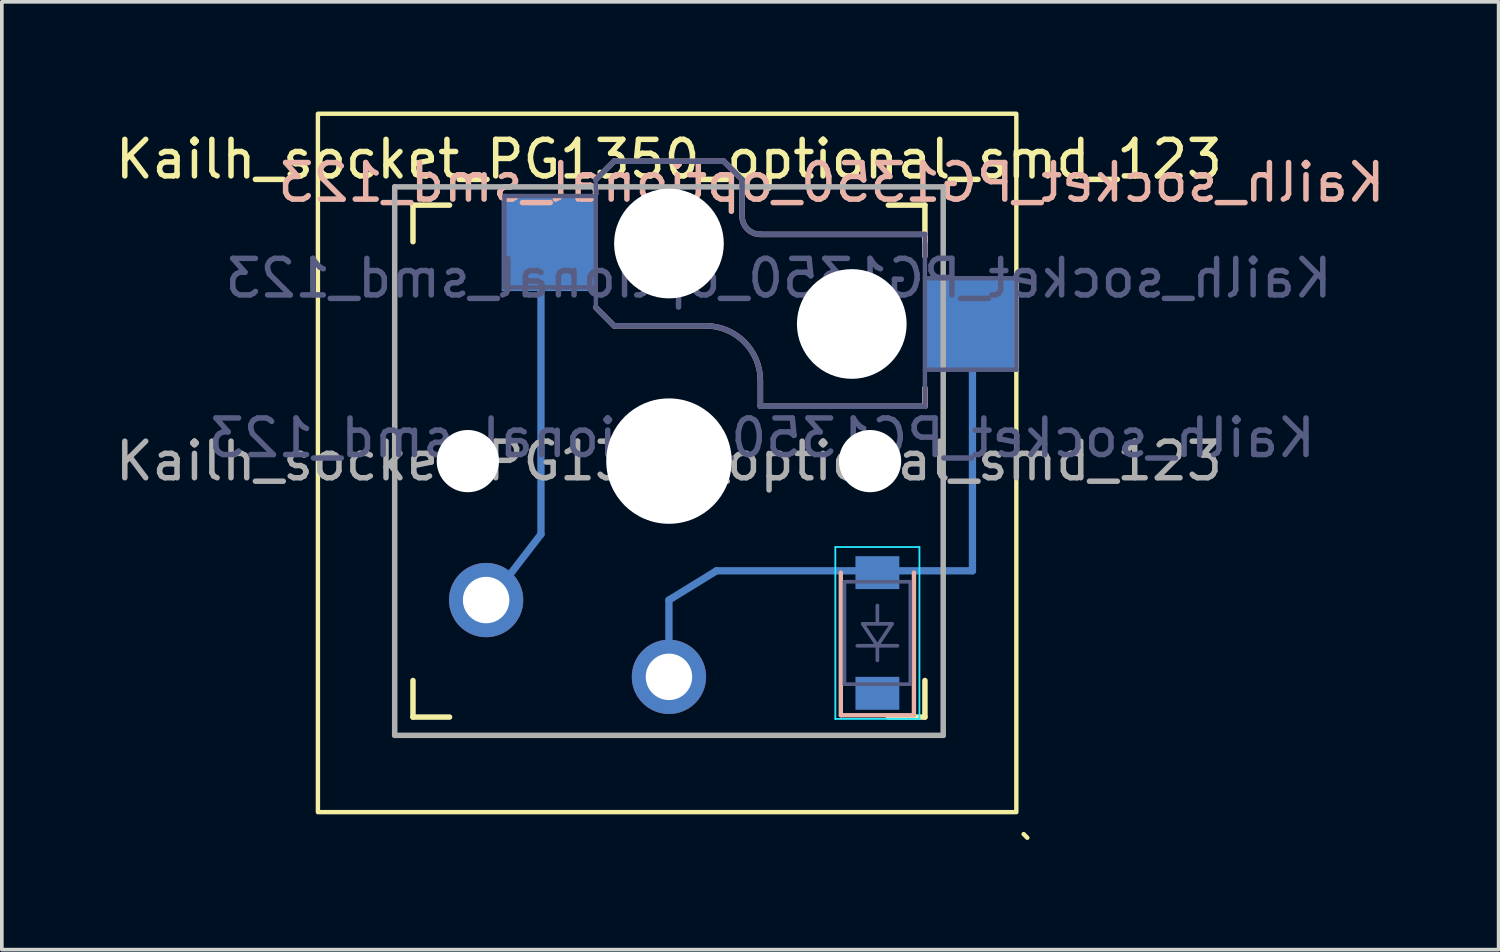
<source format=kicad_pcb>
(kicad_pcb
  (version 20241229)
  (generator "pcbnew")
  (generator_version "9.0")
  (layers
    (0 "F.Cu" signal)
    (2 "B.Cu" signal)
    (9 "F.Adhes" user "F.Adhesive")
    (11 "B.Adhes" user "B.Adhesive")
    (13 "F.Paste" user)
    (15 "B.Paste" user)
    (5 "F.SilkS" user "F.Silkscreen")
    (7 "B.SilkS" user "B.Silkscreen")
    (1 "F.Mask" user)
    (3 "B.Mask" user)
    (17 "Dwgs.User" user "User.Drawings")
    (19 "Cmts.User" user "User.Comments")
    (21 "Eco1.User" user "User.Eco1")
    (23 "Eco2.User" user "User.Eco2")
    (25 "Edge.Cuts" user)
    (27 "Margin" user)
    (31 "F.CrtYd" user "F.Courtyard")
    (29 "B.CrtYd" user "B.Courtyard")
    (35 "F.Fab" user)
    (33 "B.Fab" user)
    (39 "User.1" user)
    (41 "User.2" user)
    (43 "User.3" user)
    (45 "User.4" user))
  (footprint "Kailh_socket_PG1350_optional_smd_123"
    (layer "F.Cu")
    (at 15.244 9.56)
    (property "Reference" "Kailh_socket_PG1350_optional_smd_123" (at 0 -8.255 0) (layer "F.SilkS") (effects (font (size 1 1) (thickness 0.15))))
    (property "Value" "Kailh_socket_PG1350_optional_smd_123" (at 0 8.25 0) (layer "F.Fab") (hide yes) (effects (font (size 1 1) (thickness 0.15))))
    (attr through_hole)
    (fp_line (start -4.5 3.3) (end -3.5 2) (stroke (width 0.2) (type solid)) (layer "B.Cu"))
    (fp_line (start -3.6 -5.1) (end -3.5 -5.1) (stroke (width 0.2) (type solid)) (layer "B.Cu"))
    (fp_line (start -3.5 -5.1) (end -3.5 2) (stroke (width 0.2) (type solid)) (layer "B.Cu"))
    (fp_line (start 0 3.8) (end 0 5.1) (stroke (width 0.2) (type solid)) (layer "B.Cu"))
    (fp_line (start 0 3.8) (end 1.3 3) (stroke (width 0.2) (type solid)) (layer "B.Cu"))
    (fp_line (start 8.3 -3.2) (end 8.3 3) (stroke (width 0.2) (type solid)) (layer "B.Cu"))
    (fp_line (start 8.3 3) (end 1.3 3) (stroke (width 0.2) (type solid)) (layer "B.Cu"))
    (fp_line (start -7 -6) (end -7 -7) (stroke (width 0.15) (type solid)) (layer "F.SilkS"))
    (fp_line (start -7 7) (end -7 6) (stroke (width 0.15) (type solid)) (layer "F.SilkS"))
    (fp_line (start -7 7) (end -6 7) (stroke (width 0.15) (type solid)) (layer "F.SilkS"))
    (fp_line (start -6 -7) (end -7 -7) (stroke (width 0.15) (type solid)) (layer "F.SilkS"))
    (fp_line (start 6 7) (end 7 7) (stroke (width 0.15) (type solid)) (layer "F.SilkS"))
    (fp_line (start 7 -7) (end 6 -7) (stroke (width 0.15) (type solid)) (layer "F.SilkS"))
    (fp_line (start 7 -7) (end 7 -6) (stroke (width 0.15) (type solid)) (layer "F.SilkS"))
    (fp_line (start 7 6) (end 7 7) (stroke (width 0.15) (type solid)) (layer "F.SilkS"))
    (fp_line (start 9.7 10.2) (end 9.8 10.3) (stroke (width 0.12) (type solid)) (layer "F.SilkS"))
    (fp_rect (start -9.6 -9.5) (end 9.5 9.6) (stroke (width 0.12) (type solid)) (fill no) (layer "F.SilkS"))
    (fp_line (start -2 -7.7) (end -1.5 -8.2) (stroke (width 0.15) (type solid)) (layer "B.SilkS"))
    (fp_line (start -2 -4.2) (end -1.5 -3.7) (stroke (width 0.15) (type solid)) (layer "B.SilkS"))
    (fp_line (start -1.5 -8.2) (end 1.5 -8.2) (stroke (width 0.15) (type solid)) (layer "B.SilkS"))
    (fp_line (start -1.5 -3.7) (end 1 -3.7) (stroke (width 0.15) (type solid)) (layer "B.SilkS"))
    (fp_line (start 1.5 -8.2) (end 2 -7.7) (stroke (width 0.15) (type solid)) (layer "B.SilkS"))
    (fp_line (start 2 -6.7) (end 2 -7.7) (stroke (width 0.15) (type solid)) (layer "B.SilkS"))
    (fp_line (start 2.5 -2.2) (end 2.5 -1.5) (stroke (width 0.15) (type solid)) (layer "B.SilkS"))
    (fp_line (start 2.5 -1.5) (end 7 -1.5) (stroke (width 0.15) (type solid)) (layer "B.SilkS"))
    (fp_line (start 4.7 6.95) (end 4.7 3.05) (stroke (width 0.12) (type solid)) (layer "B.SilkS"))
    (fp_line (start 6.7 6.95) (end 4.7 6.95) (stroke (width 0.12) (type solid)) (layer "B.SilkS"))
    (fp_line (start 6.7 6.95) (end 6.7 3.05) (stroke (width 0.12) (type solid)) (layer "B.SilkS"))
    (fp_line (start 7 -6.2) (end 2.5 -6.2) (stroke (width 0.15) (type solid)) (layer "B.SilkS"))
    (fp_line (start 7 -5.6) (end 7 -6.2) (stroke (width 0.15) (type solid)) (layer "B.SilkS"))
    (fp_line (start 7 -1.5) (end 7 -2) (stroke (width 0.15) (type solid)) (layer "B.SilkS"))
    (fp_arc (start 1 -3.7) (mid 2.06066 -3.26066) (end 2.5 -2.2) (stroke (width 0.15) (type solid)) (layer "B.SilkS"))
    (fp_arc (start 2.5 -6.2) (mid 2.146447 -6.346447) (end 2 -6.7) (stroke (width 0.15) (type solid)) (layer "B.SilkS"))
    (fp_line (start -6.9 6.9) (end -6.9 -6.9) (stroke (width 0.15) (type solid)) (layer "Eco2.User"))
    (fp_line (start -6.9 6.9) (end 6.9 6.9) (stroke (width 0.15) (type solid)) (layer "Eco2.User"))
    (fp_line (start -2.6 -3.1) (end -2.6 -6.3) (stroke (width 0.15) (type solid)) (layer "Eco2.User"))
    (fp_line (start -2.6 -3.1) (end 2.6 -3.1) (stroke (width 0.15) (type solid)) (layer "Eco2.User"))
    (fp_line (start 2.6 -6.3) (end -2.6 -6.3) (stroke (width 0.15) (type solid)) (layer "Eco2.User"))
    (fp_line (start 2.6 -3.1) (end 2.6 -6.3) (stroke (width 0.15) (type solid)) (layer "Eco2.User"))
    (fp_line (start 6.9 -6.9) (end -6.9 -6.9) (stroke (width 0.15) (type solid)) (layer "Eco2.User"))
    (fp_line (start 6.9 -6.9) (end 6.9 6.9) (stroke (width 0.15) (type solid)) (layer "Eco2.User"))
    (fp_line (start 4.55 2.35) (end 4.55 7.05) (stroke (width 0.05) (type solid)) (layer "B.CrtYd"))
    (fp_line (start 6.85 2.35) (end 4.55 2.35) (stroke (width 0.05) (type solid)) (layer "B.CrtYd"))
    (fp_line (start 6.85 7.05) (end 4.55 7.05) (stroke (width 0.05) (type solid)) (layer "B.CrtYd"))
    (fp_line (start 6.85 7.05) (end 6.85 2.35) (stroke (width 0.05) (type solid)) (layer "B.CrtYd"))
    (fp_line (start -4.5 -7.25) (end -2 -7.25) (stroke (width 0.12) (type solid)) (layer "B.Fab"))
    (fp_line (start -4.5 -4.75) (end -4.5 -7.25) (stroke (width 0.12) (type solid)) (layer "B.Fab"))
    (fp_line (start -2 -7.7) (end -1.5 -8.2) (stroke (width 0.15) (type solid)) (layer "B.Fab"))
    (fp_line (start -2 -4.75) (end -4.5 -4.75) (stroke (width 0.12) (type solid)) (layer "B.Fab"))
    (fp_line (start -2 -4.25) (end -2 -7.7) (stroke (width 0.12) (type solid)) (layer "B.Fab"))
    (fp_line (start -2 -4.2) (end -1.5 -3.7) (stroke (width 0.15) (type solid)) (layer "B.Fab"))
    (fp_line (start -1.5 -8.2) (end 1.5 -8.2) (stroke (width 0.15) (type solid)) (layer "B.Fab"))
    (fp_line (start -1.5 -3.7) (end 1 -3.7) (stroke (width 0.15) (type solid)) (layer "B.Fab"))
    (fp_line (start 1.5 -8.2) (end 2 -7.7) (stroke (width 0.15) (type solid)) (layer "B.Fab"))
    (fp_line (start 2 -6.7) (end 2 -7.7) (stroke (width 0.15) (type solid)) (layer "B.Fab"))
    (fp_line (start 2.5 -2.2) (end 2.5 -1.5) (stroke (width 0.15) (type solid)) (layer "B.Fab"))
    (fp_line (start 2.5 -1.5) (end 7 -1.5) (stroke (width 0.15) (type solid)) (layer "B.Fab"))
    (fp_line (start 4.8 3.3) (end 4.8 6.1) (stroke (width 0.1) (type solid)) (layer "B.Fab"))
    (fp_line (start 4.8 6.1) (end 6.6 6.1) (stroke (width 0.1) (type solid)) (layer "B.Fab"))
    (fp_line (start 5.3 4.45) (end 5.7 5.05) (stroke (width 0.1) (type solid)) (layer "B.Fab"))
    (fp_line (start 5.7 4.45) (end 5.7 3.95) (stroke (width 0.1) (type solid)) (layer "B.Fab"))
    (fp_line (start 5.7 5.05) (end 5.15 5.05) (stroke (width 0.1) (type solid)) (layer "B.Fab"))
    (fp_line (start 5.7 5.05) (end 6.1 4.45) (stroke (width 0.1) (type solid)) (layer "B.Fab"))
    (fp_line (start 5.7 5.05) (end 6.25 5.05) (stroke (width 0.1) (type solid)) (layer "B.Fab"))
    (fp_line (start 5.7 5.45) (end 5.7 5.05) (stroke (width 0.1) (type solid)) (layer "B.Fab"))
    (fp_line (start 6.1 4.45) (end 5.3 4.45) (stroke (width 0.1) (type solid)) (layer "B.Fab"))
    (fp_line (start 6.6 3.3) (end 4.8 3.3) (stroke (width 0.1) (type solid)) (layer "B.Fab"))
    (fp_line (start 6.6 6.1) (end 6.6 3.3) (stroke (width 0.1) (type solid)) (layer "B.Fab"))
    (fp_line (start 7 -6.2) (end 2.5 -6.2) (stroke (width 0.15) (type solid)) (layer "B.Fab"))
    (fp_line (start 7 -5) (end 9.5 -5) (stroke (width 0.12) (type solid)) (layer "B.Fab"))
    (fp_line (start 7 -1.5) (end 7 -6.2) (stroke (width 0.12) (type solid)) (layer "B.Fab"))
    (fp_line (start 9.5 -5) (end 9.5 -2.5) (stroke (width 0.12) (type solid)) (layer "B.Fab"))
    (fp_line (start 9.5 -2.5) (end 7 -2.5) (stroke (width 0.12) (type solid)) (layer "B.Fab"))
    (fp_arc (start 1 -3.7) (mid 2.06066 -3.26066) (end 2.5 -2.2) (stroke (width 0.15) (type solid)) (layer "B.Fab"))
    (fp_arc (start 2.5 -6.2) (mid 2.146447 -6.346447) (end 2 -6.7) (stroke (width 0.15) (type solid)) (layer "B.Fab"))
    (fp_line (start -7.5 -7.5) (end 7.5 -7.5) (stroke (width 0.15) (type solid)) (layer "F.Fab"))
    (fp_line (start -7.5 7.5) (end -7.5 -7.5) (stroke (width 0.15) (type solid)) (layer "F.Fab"))
    (fp_line (start 7.5 -7.5) (end 7.5 7.5) (stroke (width 0.15) (type solid)) (layer "F.Fab"))
    (fp_line (start 7.5 7.5) (end -7.5 7.5) (stroke (width 0.15) (type solid)) (layer "F.Fab"))
    (fp_text user "${REFERENCE}" (at 4.445 -7.62 0) (layer "B.SilkS") (effects (font (size 1 1) (thickness 0.15)) (justify mirror)))
    (fp_text user "${VALUE}" (at 2.54 -0.635 0) (layer "B.Fab") (effects (font (size 1 1) (thickness 0.15)) (justify mirror)))
    (fp_text user "${REFERENCE}" (at 3 -5 180) (layer "B.Fab") (effects (font (size 1 1) (thickness 0.15)) (justify mirror)))
    (fp_text user "${REFERENCE}" (at 0 0 0) (layer "F.Fab") (effects (font (size 1 1) (thickness 0.15))))
    (pad "" np_thru_hole circle (at -5.5 0) (size 1.702 1.702) (drill 1.702) (layers "*.Cu" "*.Mask"))
    (pad "" smd rect (at -3.275 -5.95) (size 2.6 2.6) (layers "B.Cu" "B.Mask" "B.Paste"))
    (pad "" np_thru_hole circle (at 0 -5.95) (size 3 3) (drill 3) (layers "*.Cu" "*.Mask"))
    (pad "" np_thru_hole circle (at 0 0) (size 3.429 3.429) (drill 3.429) (layers "*.Cu" "*.Mask"))
    (pad "" thru_hole circle (at 0 5.9) (size 2.032 2.032) (drill 1.27) (layers "*.Cu" "*.Mask"))
    (pad "" np_thru_hole circle (at 5 -3.75) (size 3 3) (drill 3) (layers "*.Cu" "*.Mask"))
    (pad "" np_thru_hole circle (at 5.5 0) (size 1.702 1.702) (drill 1.702) (layers "*.Cu" "*.Mask"))
    (pad "" smd rect (at 5.7 3.05 270) (size 0.9 1.2) (layers "B.Cu" "B.Mask" "B.Paste"))
    (pad "" smd rect (at 8.275 -3.75) (size 2.6 2.6) (layers "B.Cu" "B.Mask" "B.Paste"))
    (pad "1" smd rect (at 5.7 6.35 270) (size 0.9 1.2) (layers "B.Cu" "B.Mask" "B.Paste"))
    (pad "2" thru_hole circle (at -5 3.8) (size 2.032 2.032) (drill 1.27) (layers "*.Cu" "*.Mask")))
  (gr_rect
    (start -3 -3)
    (end 37.933 22.92)
    (stroke (width 0.1) (type default))
    (fill no)
    (layer "Edge.Cuts")))
</source>
